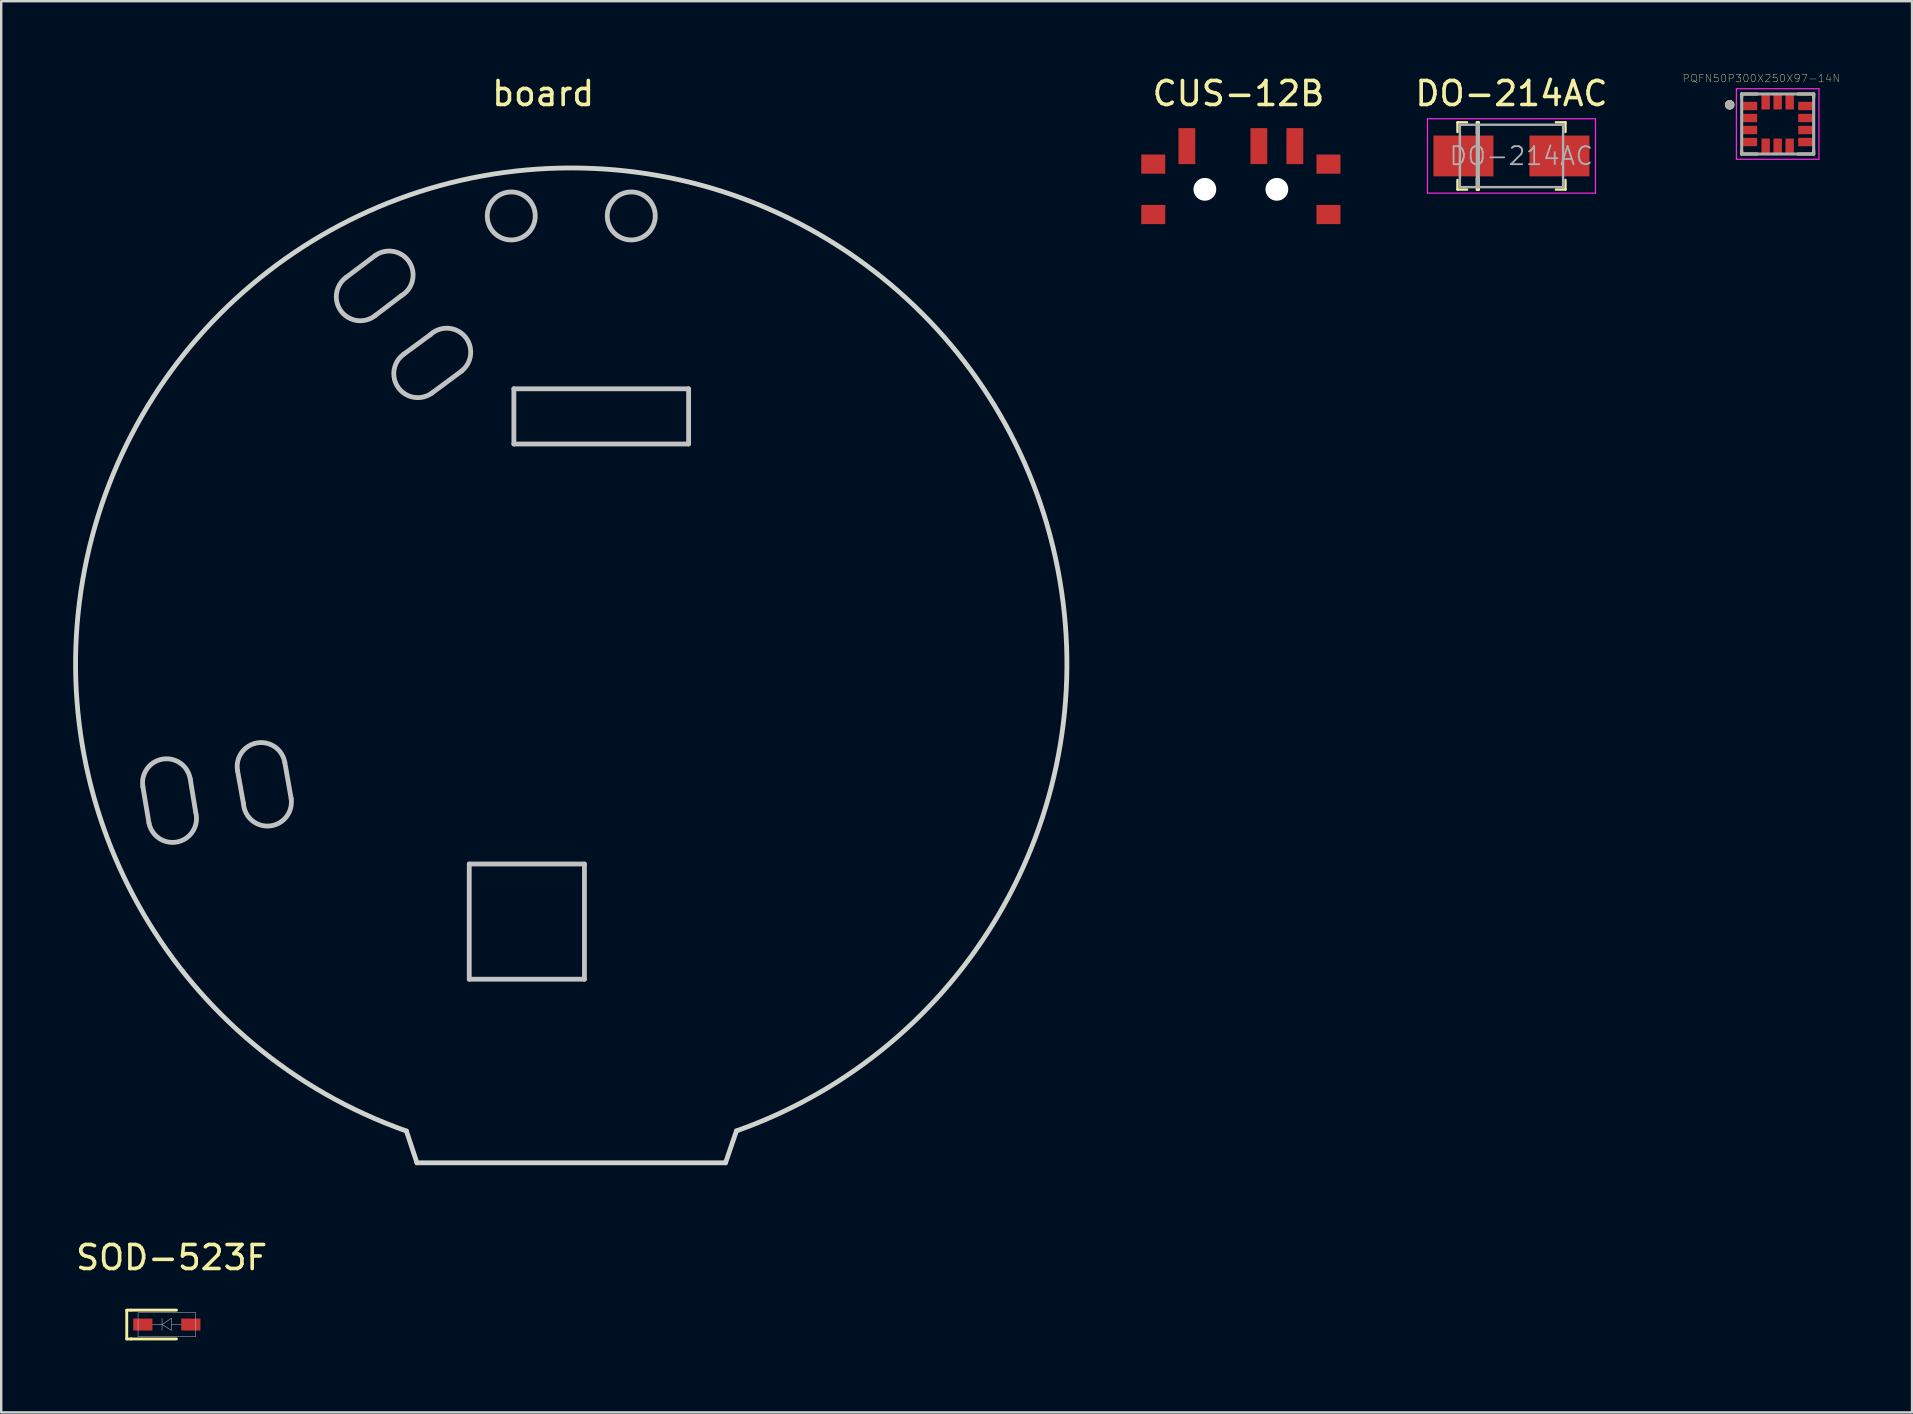
<source format=kicad_pcb>
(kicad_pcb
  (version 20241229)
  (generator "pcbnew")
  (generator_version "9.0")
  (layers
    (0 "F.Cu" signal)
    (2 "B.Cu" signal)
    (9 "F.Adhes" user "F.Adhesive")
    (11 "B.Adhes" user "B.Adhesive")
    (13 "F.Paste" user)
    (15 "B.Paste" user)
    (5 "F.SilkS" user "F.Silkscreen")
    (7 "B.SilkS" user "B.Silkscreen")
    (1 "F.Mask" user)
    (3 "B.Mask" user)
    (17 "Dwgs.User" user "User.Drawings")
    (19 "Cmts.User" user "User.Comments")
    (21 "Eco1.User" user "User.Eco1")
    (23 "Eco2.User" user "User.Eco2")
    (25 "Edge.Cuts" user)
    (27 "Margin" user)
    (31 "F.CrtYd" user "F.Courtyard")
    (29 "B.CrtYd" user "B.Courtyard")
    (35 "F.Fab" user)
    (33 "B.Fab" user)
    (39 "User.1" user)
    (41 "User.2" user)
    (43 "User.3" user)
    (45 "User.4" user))
  (footprint "DO-214AC"
    (layer "F.Cu")
    (at 59.926 3.448)
    (property "Reference" "DO-214AC" (at 0 -2.6 0) (layer "F.SilkS") (effects (font (size 1 1) (thickness 0.15))))
    (attr smd)
    (fp_line (start -2.25 -1.4) (end -2.25 -1) (stroke (width 0.1) (type solid)) (layer "F.SilkS"))
    (fp_line (start -2.25 -1.4) (end -1.85 -1.4) (stroke (width 0.1) (type solid)) (layer "F.SilkS"))
    (fp_line (start -2.25 1.4) (end -2.25 1) (stroke (width 0.1) (type solid)) (layer "F.SilkS"))
    (fp_line (start -2.25 1.4) (end -1.85 1.4) (stroke (width 0.1) (type solid)) (layer "F.SilkS"))
    (fp_line (start -1.44 -1.4) (end -1.44 -0.935) (stroke (width 0.1) (type solid)) (layer "F.SilkS"))
    (fp_line (start -1.44 -0.935) (end -1.364 -0.935) (stroke (width 0.1) (type solid)) (layer "F.SilkS"))
    (fp_line (start -1.44 0.942) (end -1.364 0.942) (stroke (width 0.1) (type solid)) (layer "F.SilkS"))
    (fp_line (start -1.44 1.402) (end -1.44 0.942) (stroke (width 0.1) (type solid)) (layer "F.SilkS"))
    (fp_line (start -1.364 -1.4) (end -1.44 -1.4) (stroke (width 0.1) (type solid)) (layer "F.SilkS"))
    (fp_line (start -1.364 -0.935) (end -1.364 -1.4) (stroke (width 0.1) (type solid)) (layer "F.SilkS"))
    (fp_line (start -1.364 0.942) (end -1.364 1.402) (stroke (width 0.1) (type solid)) (layer "F.SilkS"))
    (fp_line (start -1.364 1.402) (end -1.44 1.402) (stroke (width 0.1) (type solid)) (layer "F.SilkS"))
    (fp_line (start 2.25 -1.4) (end 1.85 -1.4) (stroke (width 0.1) (type solid)) (layer "F.SilkS"))
    (fp_line (start 2.25 -1.4) (end 2.25 -1) (stroke (width 0.1) (type solid)) (layer "F.SilkS"))
    (fp_line (start 2.25 1.4) (end 1.85 1.4) (stroke (width 0.1) (type solid)) (layer "F.SilkS"))
    (fp_line (start 2.25 1.4) (end 2.25 1) (stroke (width 0.1) (type solid)) (layer "F.SilkS"))
    (fp_line (start -3.5 -1.55) (end -3.5 1.55) (stroke (width 0.05) (type solid)) (layer "F.CrtYd"))
    (fp_line (start -3.5 -1.55) (end 3.5 -1.55) (stroke (width 0.05) (type solid)) (layer "F.CrtYd"))
    (fp_line (start -3.5 1.55) (end 3.5 1.55) (stroke (width 0.05) (type solid)) (layer "F.CrtYd"))
    (fp_line (start 3.5 -1.55) (end 3.5 1.55) (stroke (width 0.05) (type solid)) (layer "F.CrtYd"))
    (fp_line (start -2.15 -1.3) (end -2.15 1.3) (stroke (width 0.1) (type solid)) (layer "F.Fab"))
    (fp_line (start -2.15 -1.3) (end 2.15 -1.3) (stroke (width 0.1) (type solid)) (layer "F.Fab"))
    (fp_line (start -2.15 1.3) (end 2.15 1.3) (stroke (width 0.1) (type solid)) (layer "F.Fab"))
    (fp_line (start -1.44 -1.3) (end -1.44 1.3) (stroke (width 0.1) (type solid)) (layer "F.Fab"))
    (fp_line (start -1.44 1.3) (end -1.364 1.3) (stroke (width 0.1) (type solid)) (layer "F.Fab"))
    (fp_line (start -1.364 1.3) (end -1.361 -1.3) (stroke (width 0.1) (type solid)) (layer "F.Fab"))
    (fp_line (start -1.361 -1.3) (end -1.44 -1.3) (stroke (width 0.1) (type solid)) (layer "F.Fab"))
    (fp_line (start 2.15 -1.3) (end 2.15 1.3) (stroke (width 0.1) (type solid)) (layer "F.Fab"))
    (fp_text user "${REFERENCE}" (at 0.409 0 0) (layer "F.Fab") (effects (font (size 0.75 0.75) (thickness 0.075))))
    (pad "A" smd rect (at 2 0) (size 2.5 1.7) (layers "F.Cu" "F.Mask" "F.Paste"))
    (pad "K" smd rect (at -2 0) (size 2.5 1.7) (layers "F.Cu" "F.Mask" "F.Paste")))
  (footprint "CUS-12B"
    (layer "F.Cu")
    (at 48.651 4.838)
    (property "Reference" "CUS-12B" (at -0.1 -3.99 0) (layer "F.SilkS") (effects (font (size 1 1) (thickness 0.15))))
    (attr through_hole)
    (pad "" smd rect (at -3.65 -1.05) (size 1 0.8) (layers "F.Cu" "F.Mask" "F.Paste"))
    (pad "" smd rect (at -3.65 1.05) (size 1 0.8) (layers "F.Cu" "F.Mask" "F.Paste"))
    (pad "" np_thru_hole circle (at -1.5 0) (size 0.95 0.95) (drill 0.95) (layers "*.Cu" "*.Mask"))
    (pad "" np_thru_hole circle (at 1.5 0) (size 0.95 0.95) (drill 0.95) (layers "*.Cu" "*.Mask"))
    (pad "" smd rect (at 3.65 -1.05) (size 1 0.8) (layers "F.Cu" "F.Mask" "F.Paste"))
    (pad "" smd rect (at 3.65 1.05) (size 1 0.8) (layers "F.Cu" "F.Mask" "F.Paste"))
    (pad "1" smd rect (at -2.25 -1.8) (size 0.7 1.5) (layers "F.Cu" "F.Mask" "F.Paste"))
    (pad "2" smd rect (at 0.75 -1.8) (size 0.7 1.5) (layers "F.Cu" "F.Mask" "F.Paste"))
    (pad "3" smd rect (at 2.25 -1.8) (size 0.7 1.5) (layers "F.Cu" "F.Mask" "F.Paste")))
  (footprint "SOD-523F"
    (layer "F.Cu")
    (at 3.901 52.137)
    (property "Reference" "SOD-523F" (at 0.2 -2.79 0) (layer "F.SilkS") (effects (font (size 1 1) (thickness 0.15))))
    (attr through_hole)
    (fp_line (start -1.67 -0.6) (end -1.5 -0.6) (stroke (width 0.12) (type solid)) (layer "F.SilkS"))
    (fp_line (start -1.67 -0.59) (end -1.67 0.6) (stroke (width 0.12) (type solid)) (layer "F.SilkS"))
    (fp_line (start -1.67 0.6) (end -1.48 0.6) (stroke (width 0.12) (type solid)) (layer "F.SilkS"))
    (fp_line (start -1.5 0.6) (end 0.4 0.6) (stroke (width 0.12) (type solid)) (layer "F.SilkS"))
    (fp_line (start 0.4 -0.6) (end -1.5 -0.6) (stroke (width 0.12) (type solid)) (layer "F.SilkS"))
    (fp_line (start -1.2 0.5) (end -1.2 -0.49) (stroke (width 0.02) (type solid)) (layer "Dwgs.User"))
    (fp_line (start -1.19 -0.5) (end 1.2 -0.5) (stroke (width 0.02) (type solid)) (layer "Dwgs.User"))
    (fp_line (start -0.2 -0.26) (end -0.2 0.24) (stroke (width 0.02) (type solid)) (layer "Dwgs.User"))
    (fp_line (start -0.2 0) (end -0.6 0) (stroke (width 0.02) (type solid)) (layer "Dwgs.User"))
    (fp_line (start -0.2 0) (end 0.19 -0.26) (stroke (width 0.02) (type solid)) (layer "Dwgs.User"))
    (fp_line (start 0.19 -0.26) (end 0.19 0.24) (stroke (width 0.02) (type solid)) (layer "Dwgs.User"))
    (fp_line (start 0.19 0) (end 0.6 0) (stroke (width 0.02) (type solid)) (layer "Dwgs.User"))
    (fp_line (start 0.19 0.24) (end -0.2 0) (stroke (width 0.02) (type solid)) (layer "Dwgs.User"))
    (fp_line (start 1.2 -0.5) (end 1.2 0.5) (stroke (width 0.02) (type solid)) (layer "Dwgs.User"))
    (fp_line (start 1.2 0.5) (end -1.2 0.5) (stroke (width 0.02) (type solid)) (layer "Dwgs.User"))
    (pad "1" smd rect (at -1 0) (size 0.8 0.5) (layers "F.Cu" "F.Mask" "F.Paste"))
    (pad "2" smd rect (at 1 0) (size 0.8 0.5) (layers "F.Cu" "F.Mask" "F.Paste")))
  (footprint "board"
    (layer "F.Cu")
    (at 20.771 24.338)
    (property "Reference" "board" (at -1.19 -23.49 180) (layer "F.SilkS") (effects (font (size 1 1) (thickness 0.15))))
    (attr through_hole)
    (fp_line (start -17.613 6.91) (end -17.867 5.398) (stroke (width 0.2) (type solid)) (layer "Dwgs.User"))
    (fp_line (start -15.894 5.071) (end -15.671 6.437) (stroke (width 0.2) (type solid)) (layer "Dwgs.User"))
    (fp_line (start -13.923 4.731) (end -13.677 6.093) (stroke (width 0.2) (type solid)) (layer "Dwgs.User"))
    (fp_line (start -11.689 5.89) (end -11.955 4.38) (stroke (width 0.2) (type solid)) (layer "Dwgs.User"))
    (fp_line (start -8.201 -14.23) (end -7.1 -15.067) (stroke (width 0.2) (type solid)) (layer "Dwgs.User"))
    (fp_line (start -8.183 -16.747) (end -9.408 -15.824) (stroke (width 0.2) (type solid)) (layer "Dwgs.User"))
    (fp_line (start -7.004 -12.627) (end -5.888 -13.446) (stroke (width 0.2) (type solid)) (layer "Dwgs.User"))
    (fp_line (start -4.585 -11.931) (end -5.817 -11.018) (stroke (width 0.2) (type solid)) (layer "Dwgs.User"))
    (fp_line (start -4.27 8.611) (end -4.27 13.411) (stroke (width 0.2) (type solid)) (layer "Dwgs.User"))
    (fp_line (start -4.27 13.411) (end 0.53 13.411) (stroke (width 0.2) (type solid)) (layer "Dwgs.User"))
    (fp_line (start -2.41 -11.189) (end -2.41 -8.889) (stroke (width 0.2) (type solid)) (layer "Dwgs.User"))
    (fp_line (start -2.41 -8.889) (end 4.87 -8.889) (stroke (width 0.2) (type solid)) (layer "Dwgs.User"))
    (fp_line (start 0.53 8.611) (end -4.27 8.611) (stroke (width 0.2) (type solid)) (layer "Dwgs.User"))
    (fp_line (start 0.53 13.411) (end 0.53 8.611) (stroke (width 0.2) (type solid)) (layer "Dwgs.User"))
    (fp_line (start 4.87 -11.189) (end -2.41 -11.189) (stroke (width 0.2) (type solid)) (layer "Dwgs.User"))
    (fp_line (start 4.87 -8.889) (end 4.87 -11.189) (stroke (width 0.2) (type solid)) (layer "Dwgs.User"))
    (fp_arc (start -17.867437 5.398462) (mid -17.045232 4.245547) (end -15.894473 5.070767) (stroke (width 0.2) (type solid)) (layer "Dwgs.User"))
    (fp_arc (start -15.671472 6.436032) (mid -16.395531 7.682732) (end -17.612843 6.910285) (stroke (width 0.2) (type solid)) (layer "Dwgs.User"))
    (fp_arc (start -13.923335 4.731773) (mid -13.115241 3.568923) (end -11.95451 4.380059) (stroke (width 0.2) (type solid)) (layer "Dwgs.User"))
    (fp_arc (start -11.688893 5.889598) (mid -12.576934 7.025337) (end -13.676934 6.093392) (stroke (width 0.2) (type solid)) (layer "Dwgs.User"))
    (fp_arc (start -8.200993 -14.229794) (mid -9.603959 -14.421948) (end -9.408132 -15.824406) (stroke (width 0.2) (type solid)) (layer "Dwgs.User"))
    (fp_arc (start -8.18367 -16.746335) (mid -6.76857 -16.47064) (end -7.099609 -15.067454) (stroke (width 0.2) (type solid)) (layer "Dwgs.User"))
    (fp_arc (start -5.888882 -13.44581) (mid -4.449353 -13.366596) (end -4.585022 -11.931287) (stroke (width 0.2) (type solid)) (layer "Dwgs.User"))
    (fp_arc (start -5.816521 -11.018141) (mid -7.217041 -11.227378) (end -7.004138 -12.627346) (stroke (width 0.2) (type solid)) (layer "Dwgs.User"))
    (fp_circle (center -2.52 -18.39) (end -1.52 -18.39) (stroke (width 0.2) (type solid)) (fill no) (layer "Dwgs.User"))
    (fp_circle (center 2.48 -18.39) (end 3.48 -18.39) (stroke (width 0.2) (type solid)) (fill no) (layer "Dwgs.User"))
    (fp_line (start -6.449 21.061) (end -6.889 19.735) (stroke (width 0.2) (type solid)) (layer "Edge.Cuts"))
    (fp_line (start 6.409 21.061) (end -6.449 21.061) (stroke (width 0.2) (type solid)) (layer "Edge.Cuts"))
    (fp_line (start 6.863 19.73) (end 6.409 21.061) (stroke (width 0.2) (type solid)) (layer "Edge.Cuts"))
    (fp_arc (start -6.889202 19.735158) (mid -0.027536 -20.389998) (end 6.863417 19.730139) (stroke (width 0.2) (type solid)) (layer "Edge.Cuts")))
  (footprint "PQFN50P300X250X97-14N"
    (layer "F.Cu")
    (at 71.017 2.117)
    (property "Reference" "PQFN50P300X250X97-14N" (at -0.684 -1.903 0) (layer "F.SilkS") (effects (font (size 0.32 0.32) (thickness 0.015))))
    (attr through_hole)
    (fp_line (start -1.5 -1.25) (end -0.85 -1.25) (stroke (width 0.127) (type solid)) (layer "F.SilkS"))
    (fp_line (start -1.5 -1.1) (end -1.5 -1.25) (stroke (width 0.127) (type solid)) (layer "F.SilkS"))
    (fp_line (start -1.5 1.1) (end -1.5 1.25) (stroke (width 0.127) (type solid)) (layer "F.SilkS"))
    (fp_line (start -1.5 1.25) (end -0.85 1.25) (stroke (width 0.127) (type solid)) (layer "F.SilkS"))
    (fp_line (start 0.85 -1.25) (end 1.5 -1.25) (stroke (width 0.127) (type solid)) (layer "F.SilkS"))
    (fp_line (start 1.5 -1.25) (end 1.5 -1.1) (stroke (width 0.127) (type solid)) (layer "F.SilkS"))
    (fp_line (start 1.5 1.1) (end 1.5 1.25) (stroke (width 0.127) (type solid)) (layer "F.SilkS"))
    (fp_line (start 1.5 1.25) (end 0.85 1.25) (stroke (width 0.127) (type solid)) (layer "F.SilkS"))
    (fp_circle (center -2 -0.8) (end -1.9 -0.8) (stroke (width 0.2) (type solid)) (fill no) (layer "F.SilkS"))
    (fp_line (start -1.72 -1.47) (end 1.72 -1.47) (stroke (width 0.05) (type solid)) (layer "F.CrtYd"))
    (fp_line (start -1.72 1.47) (end -1.72 -1.47) (stroke (width 0.05) (type solid)) (layer "F.CrtYd"))
    (fp_line (start 1.72 -1.47) (end 1.72 1.47) (stroke (width 0.05) (type solid)) (layer "F.CrtYd"))
    (fp_line (start 1.72 1.47) (end -1.72 1.47) (stroke (width 0.05) (type solid)) (layer "F.CrtYd"))
    (fp_line (start -1.5 -1.25) (end 1.5 -1.25) (stroke (width 0.127) (type solid)) (layer "F.Fab"))
    (fp_line (start -1.5 1.25) (end -1.5 -1.25) (stroke (width 0.127) (type solid)) (layer "F.Fab"))
    (fp_line (start 1.5 -1.25) (end 1.5 1.25) (stroke (width 0.127) (type solid)) (layer "F.Fab"))
    (fp_line (start 1.5 1.25) (end -1.5 1.25) (stroke (width 0.127) (type solid)) (layer "F.Fab"))
    (fp_circle (center -2 -0.8) (end -1.9 -0.8) (stroke (width 0.2) (type solid)) (fill no) (layer "F.Fab"))
    (pad "1" smd rect (at -1.16 -0.75) (size 0.61 0.35) (layers "F.Cu" "F.Mask" "F.Paste"))
    (pad "2" smd rect (at -1.16 -0.25) (size 0.61 0.35) (layers "F.Cu" "F.Mask" "F.Paste"))
    (pad "3" smd rect (at -1.16 0.25) (size 0.61 0.35) (layers "F.Cu" "F.Mask" "F.Paste"))
    (pad "4" smd rect (at -1.16 0.75) (size 0.61 0.35) (layers "F.Cu" "F.Mask" "F.Paste"))
    (pad "5" smd rect (at -0.5 0.91) (size 0.35 0.61) (layers "F.Cu" "F.Mask" "F.Paste"))
    (pad "6" smd rect (at 0 0.91) (size 0.35 0.61) (layers "F.Cu" "F.Mask" "F.Paste"))
    (pad "7" smd rect (at 0.5 0.91) (size 0.35 0.61) (layers "F.Cu" "F.Mask" "F.Paste"))
    (pad "8" smd rect (at 1.16 0.75) (size 0.61 0.35) (layers "F.Cu" "F.Mask" "F.Paste"))
    (pad "9" smd rect (at 1.16 0.25) (size 0.61 0.35) (layers "F.Cu" "F.Mask" "F.Paste"))
    (pad "10" smd rect (at 1.16 -0.25) (size 0.61 0.35) (layers "F.Cu" "F.Mask" "F.Paste"))
    (pad "11" smd rect (at 1.16 -0.75) (size 0.61 0.35) (layers "F.Cu" "F.Mask" "F.Paste"))
    (pad "12" smd rect (at 0.5 -0.91) (size 0.35 0.61) (layers "F.Cu" "F.Mask" "F.Paste"))
    (pad "13" smd rect (at 0 -0.91) (size 0.35 0.61) (layers "F.Cu" "F.Mask" "F.Paste"))
    (pad "14" smd rect (at -0.5 -0.91) (size 0.35 0.61) (layers "F.Cu" "F.Mask" "F.Paste")))
  (gr_rect
    (start -3 -3)
    (end 76.615 55.797)
    (stroke (width 0.1) (type default))
    (fill no)
    (layer "Edge.Cuts")))
</source>
